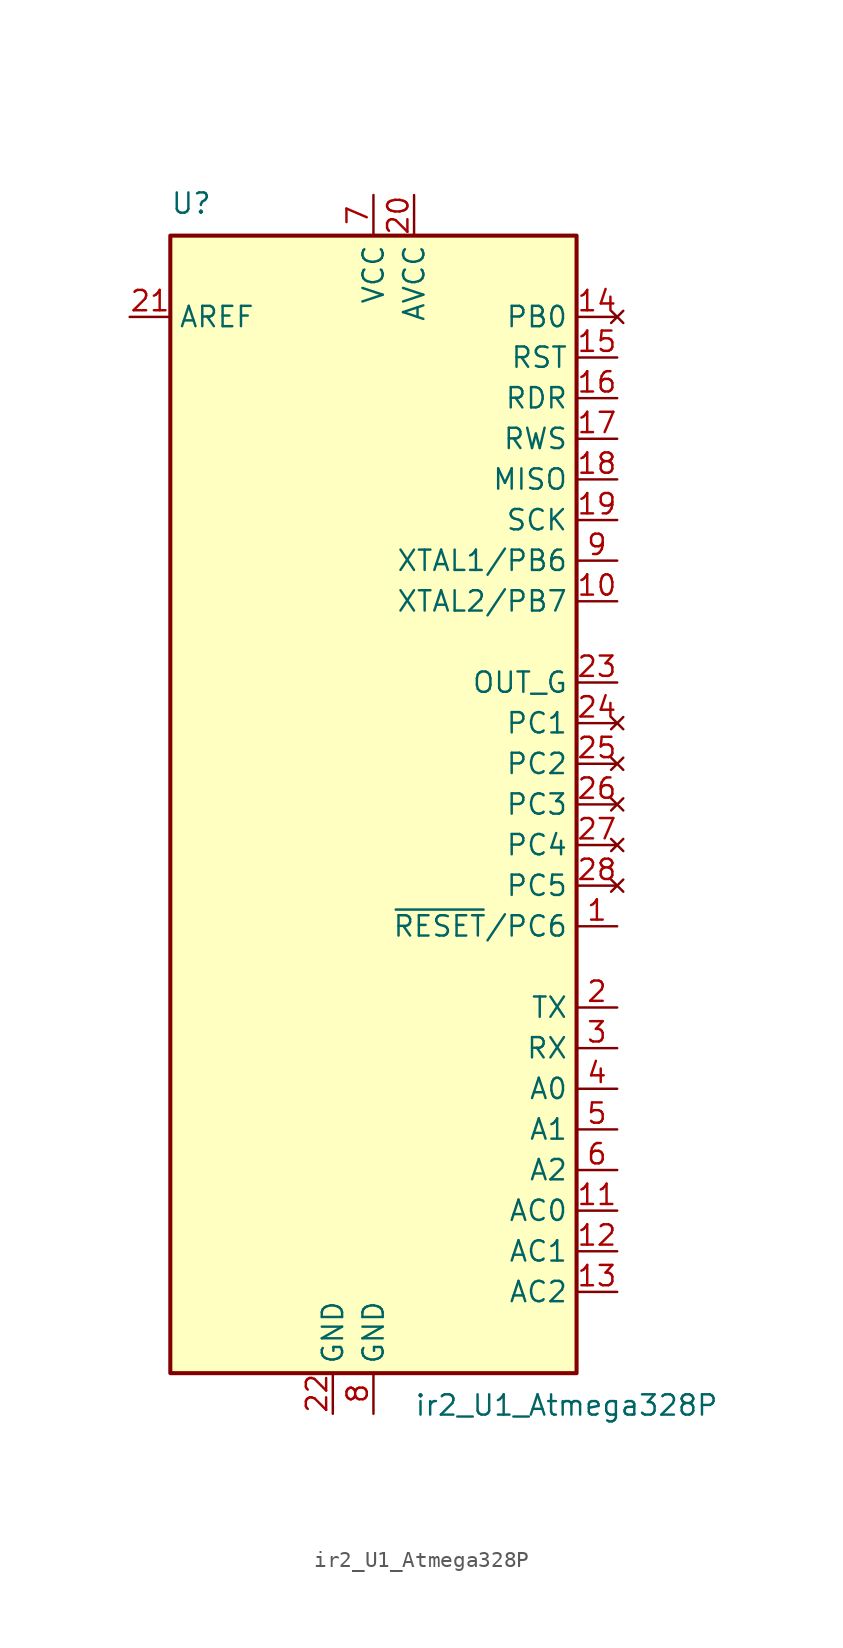
<source format=kicad_sym>
(kicad_symbol_lib
  (version 20241209)
  (generator "kicad_symbol_editor")
  (generator_version "9.0")
  (symbol "ir2_U1_Atmega328P"
    (property "Reference" "U"
      (at -12.7 36.83 0)
      (effects (font (size 1.27 1.27)) (justify left bottom)))
    (property "Value" "ir2_U1_Atmega328P"
      (at 2.54 -36.83 0)
      (effects (font (size 1.27 1.27)) (justify left top)))
    (symbol "ir2_U1_Atmega328P_0_1"
      (rectangle (start -12.7 35.56) (end 12.7 -35.56) (stroke (width 0.254) (type default)) (fill (type background))))
    (symbol "ir2_U1_Atmega328P_1_1"
      (pin passive line (at -15.24 30.48 0) (length 2.54) (name "AREF" (effects (font (size 1.27 1.27)))) (number "21" (effects (font (size 1.27 1.27)))))
      (pin power_in line (at -2.54 -38.1 90) (length 2.54) (name "GND" (effects (font (size 1.27 1.27)))) (number "22" (effects (font (size 1.27 1.27)))))
      (pin power_in line (at 0 38.1 270) (length 2.54) (name "VCC" (effects (font (size 1.27 1.27)))) (number "7" (effects (font (size 1.27 1.27)))))
      (pin power_in line (at 0 -38.1 90) (length 2.54) (name "GND" (effects (font (size 1.27 1.27)))) (number "8" (effects (font (size 1.27 1.27)))))
      (pin power_in line (at 2.54 38.1 270) (length 2.54) (name "AVCC" (effects (font (size 1.27 1.27)))) (number "20" (effects (font (size 1.27 1.27)))))
      (pin no_connect line (at 15.24 30.48 180) (length 2.54) (name "PB0" (effects (font (size 1.27 1.27)))) (number "14" (effects (font (size 1.27 1.27)))))
      (pin output line (at 15.24 27.94 180) (length 2.54) (name "RST" (effects (font (size 1.27 1.27)))) (number "15" (effects (font (size 1.27 1.27)))))
      (pin output line (at 15.24 25.4 180) (length 2.54) (name "RDR" (effects (font (size 1.27 1.27)))) (number "16" (effects (font (size 1.27 1.27)))))
      (pin output line (at 15.24 22.86 180) (length 2.54) (name "RWS" (effects (font (size 1.27 1.27)))) (number "17" (effects (font (size 1.27 1.27)))))
      (pin input line (at 15.24 20.32 180) (length 2.54) (name "MISO" (effects (font (size 1.27 1.27)))) (number "18" (effects (font (size 1.27 1.27)))))
      (pin bidirectional line (at 15.24 17.78 180) (length 2.54) (name "SCK" (effects (font (size 1.27 1.27)))) (number "19" (effects (font (size 1.27 1.27)))))
      (pin bidirectional line (at 15.24 15.24 180) (length 2.54) (name "XTAL1/PB6" (effects (font (size 1.27 1.27)))) (number "9" (effects (font (size 1.27 1.27)))))
      (pin bidirectional line (at 15.24 12.7 180) (length 2.54) (name "XTAL2/PB7" (effects (font (size 1.27 1.27)))) (number "10" (effects (font (size 1.27 1.27)))))
      (pin input line (at 15.24 7.62 180) (length 2.54) (name "OUT_G" (effects (font (size 1.27 1.27)))) (number "23" (effects (font (size 1.27 1.27)))))
      (pin no_connect line (at 15.24 5.08 180) (length 2.54) (name "PC1" (effects (font (size 1.27 1.27)))) (number "24" (effects (font (size 1.27 1.27)))))
      (pin no_connect line (at 15.24 2.54 180) (length 2.54) (name "PC2" (effects (font (size 1.27 1.27)))) (number "25" (effects (font (size 1.27 1.27)))))
      (pin no_connect line (at 15.24 0 180) (length 2.54) (name "PC3" (effects (font (size 1.27 1.27)))) (number "26" (effects (font (size 1.27 1.27)))))
      (pin no_connect line (at 15.24 -2.54 180) (length 2.54) (name "PC4" (effects (font (size 1.27 1.27)))) (number "27" (effects (font (size 1.27 1.27)))))
      (pin no_connect line (at 15.24 -5.08 180) (length 2.54) (name "PC5" (effects (font (size 1.27 1.27)))) (number "28" (effects (font (size 1.27 1.27)))))
      (pin bidirectional line (at 15.24 -7.62 180) (length 2.54) (name "~{RESET}/PC6" (effects (font (size 1.27 1.27)))) (number "1" (effects (font (size 1.27 1.27)))))
      (pin bidirectional line (at 15.24 -12.7 180) (length 2.54) (name "TX" (effects (font (size 1.27 1.27)))) (number "2" (effects (font (size 1.27 1.27)))))
      (pin bidirectional line (at 15.24 -15.24 180) (length 2.54) (name "RX" (effects (font (size 1.27 1.27)))) (number "3" (effects (font (size 1.27 1.27)))))
      (pin output line (at 15.24 -17.78 180) (length 2.54) (name "A0" (effects (font (size 1.27 1.27)))) (number "4" (effects (font (size 1.27 1.27)))))
      (pin output line (at 15.24 -20.32 180) (length 2.54) (name "A1" (effects (font (size 1.27 1.27)))) (number "5" (effects (font (size 1.27 1.27)))))
      (pin output line (at 15.24 -22.86 180) (length 2.54) (name "A2" (effects (font (size 1.27 1.27)))) (number "6" (effects (font (size 1.27 1.27)))))
      (pin output line (at 15.24 -25.4 180) (length 2.54) (name "AC0" (effects (font (size 1.27 1.27)))) (number "11" (effects (font (size 1.27 1.27)))))
      (pin output line (at 15.24 -27.94 180) (length 2.54) (name "AC1" (effects (font (size 1.27 1.27)))) (number "12" (effects (font (size 1.27 1.27)))))
      (pin output line (at 15.24 -30.48 180) (length 2.54) (name "AC2" (effects (font (size 1.27 1.27)))) (number "13" (effects (font (size 1.27 1.27))))))))
</source>
